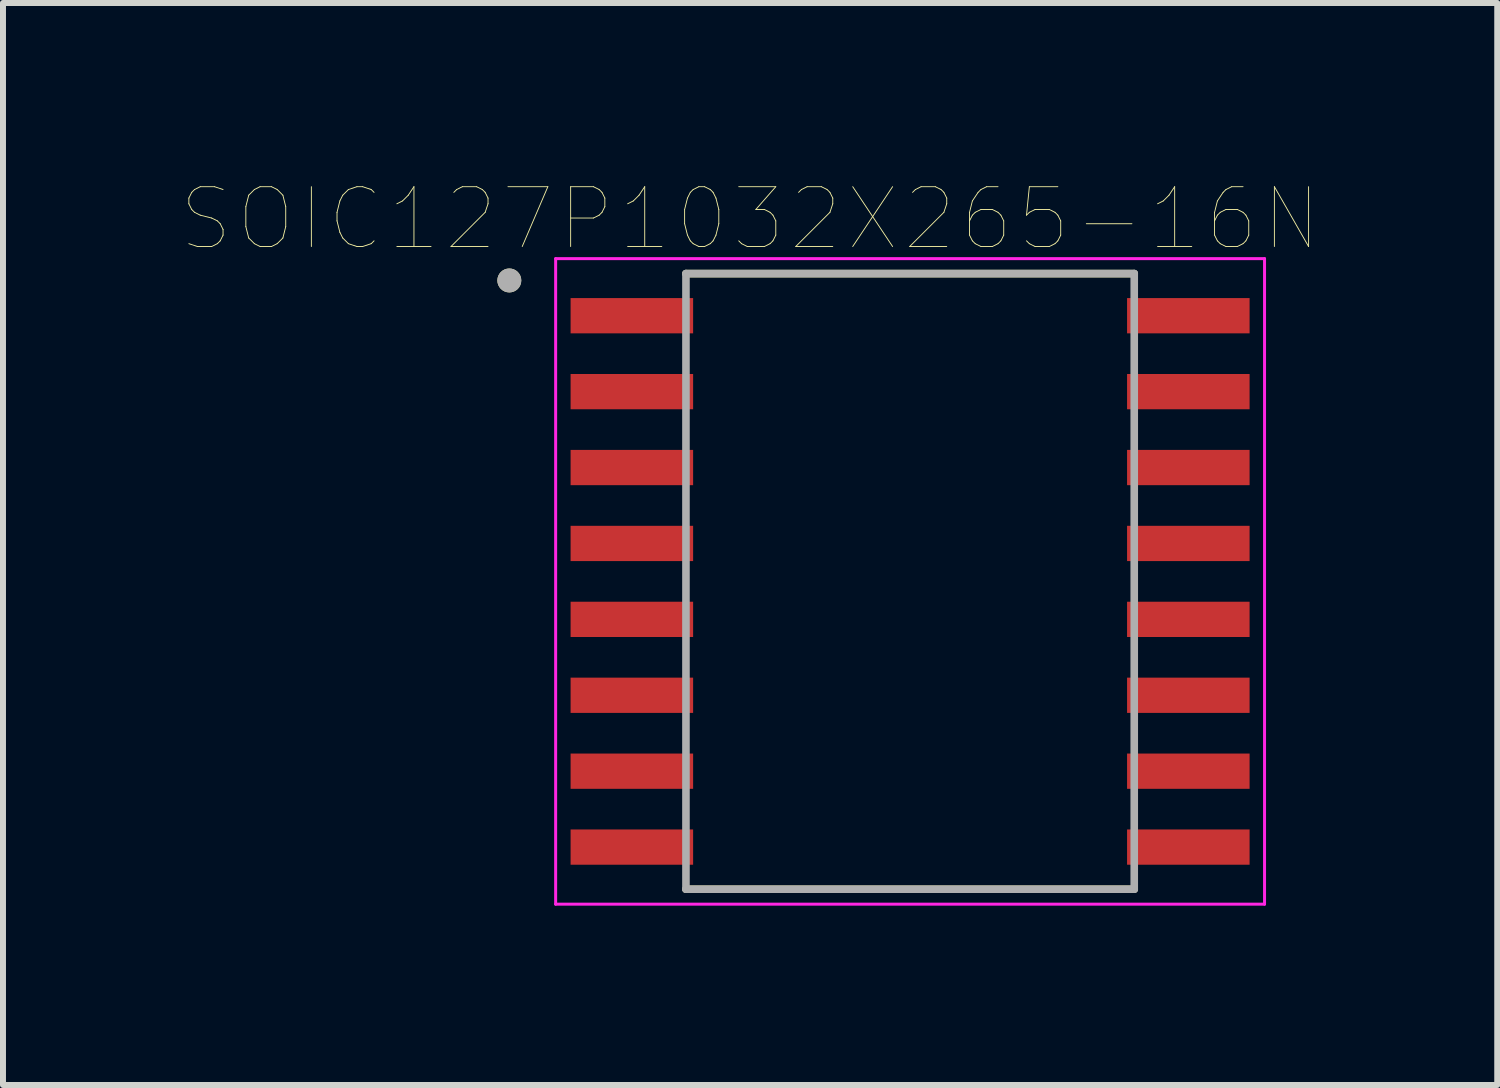
<source format=kicad_pcb>
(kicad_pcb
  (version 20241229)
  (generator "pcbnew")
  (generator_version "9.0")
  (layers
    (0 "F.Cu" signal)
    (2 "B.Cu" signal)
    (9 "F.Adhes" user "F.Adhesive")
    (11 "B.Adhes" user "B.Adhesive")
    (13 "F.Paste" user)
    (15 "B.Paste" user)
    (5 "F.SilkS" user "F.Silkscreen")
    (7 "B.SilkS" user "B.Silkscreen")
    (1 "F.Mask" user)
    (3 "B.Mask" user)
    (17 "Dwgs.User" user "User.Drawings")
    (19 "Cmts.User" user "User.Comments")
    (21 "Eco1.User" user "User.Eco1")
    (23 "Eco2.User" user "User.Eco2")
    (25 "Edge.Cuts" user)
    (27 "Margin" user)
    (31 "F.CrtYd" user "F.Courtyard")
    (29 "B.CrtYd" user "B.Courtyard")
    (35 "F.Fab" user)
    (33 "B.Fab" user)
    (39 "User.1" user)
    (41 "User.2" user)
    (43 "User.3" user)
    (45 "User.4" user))
  (footprint "SOIC127P1032X265-16N"
    (layer "F.Cu")
    (at 12.176 6.677)
    (property "Reference" "SOIC127P1032X265-16N" (at -2.676 -6.065 0) (layer "F.SilkS") (effects (font (size 1.001 1.001) (thickness 0.015))))
    (attr through_hole)
    (fp_line (start -3.75 -5.15) (end 3.75 -5.15) (stroke (width 0.127) (type solid)) (layer "F.SilkS"))
    (fp_line (start -3.75 5.15) (end 3.75 5.15) (stroke (width 0.127) (type solid)) (layer "F.SilkS"))
    (fp_circle (center -6.705 -5.035) (end -6.505 -5.035) (stroke (width 0) (type solid)) (fill yes) (layer "F.SilkS"))
    (fp_line (start -5.93 -5.4) (end -5.93 5.4) (stroke (width 0.05) (type solid)) (layer "F.CrtYd"))
    (fp_line (start -5.93 -5.4) (end 5.93 -5.4) (stroke (width 0.05) (type solid)) (layer "F.CrtYd"))
    (fp_line (start -5.93 5.4) (end 5.93 5.4) (stroke (width 0.05) (type solid)) (layer "F.CrtYd"))
    (fp_line (start 5.93 -5.4) (end 5.93 5.4) (stroke (width 0.05) (type solid)) (layer "F.CrtYd"))
    (fp_line (start -3.75 -5.15) (end -3.75 5.15) (stroke (width 0.127) (type solid)) (layer "F.Fab"))
    (fp_line (start -3.75 -5.15) (end 3.75 -5.15) (stroke (width 0.127) (type solid)) (layer "F.Fab"))
    (fp_line (start -3.75 5.15) (end 3.75 5.15) (stroke (width 0.127) (type solid)) (layer "F.Fab"))
    (fp_line (start 3.75 -5.15) (end 3.75 5.15) (stroke (width 0.127) (type solid)) (layer "F.Fab"))
    (fp_circle (center -6.705 -5.035) (end -6.505 -5.035) (stroke (width 0) (type solid)) (fill yes) (layer "F.Fab"))
    (pad "1" smd rect (at -4.655 -4.445) (size 2.05 0.59) (layers "F.Cu" "F.Mask" "F.Paste"))
    (pad "2" smd rect (at -4.655 -3.175) (size 2.05 0.59) (layers "F.Cu" "F.Mask" "F.Paste"))
    (pad "3" smd rect (at -4.655 -1.905) (size 2.05 0.59) (layers "F.Cu" "F.Mask" "F.Paste"))
    (pad "4" smd rect (at -4.655 -0.635) (size 2.05 0.59) (layers "F.Cu" "F.Mask" "F.Paste"))
    (pad "5" smd rect (at -4.655 0.635) (size 2.05 0.59) (layers "F.Cu" "F.Mask" "F.Paste"))
    (pad "6" smd rect (at -4.655 1.905) (size 2.05 0.59) (layers "F.Cu" "F.Mask" "F.Paste"))
    (pad "7" smd rect (at -4.655 3.175) (size 2.05 0.59) (layers "F.Cu" "F.Mask" "F.Paste"))
    (pad "8" smd rect (at -4.655 4.445) (size 2.05 0.59) (layers "F.Cu" "F.Mask" "F.Paste"))
    (pad "9" smd rect (at 4.655 4.445) (size 2.05 0.59) (layers "F.Cu" "F.Mask" "F.Paste"))
    (pad "10" smd rect (at 4.655 3.175) (size 2.05 0.59) (layers "F.Cu" "F.Mask" "F.Paste"))
    (pad "11" smd rect (at 4.655 1.905) (size 2.05 0.59) (layers "F.Cu" "F.Mask" "F.Paste"))
    (pad "12" smd rect (at 4.655 0.635) (size 2.05 0.59) (layers "F.Cu" "F.Mask" "F.Paste"))
    (pad "13" smd rect (at 4.655 -0.635) (size 2.05 0.59) (layers "F.Cu" "F.Mask" "F.Paste"))
    (pad "14" smd rect (at 4.655 -1.905) (size 2.05 0.59) (layers "F.Cu" "F.Mask" "F.Paste"))
    (pad "15" smd rect (at 4.655 -3.175) (size 2.05 0.59) (layers "F.Cu" "F.Mask" "F.Paste"))
    (pad "16" smd rect (at 4.655 -4.445) (size 2.05 0.59) (layers "F.Cu" "F.Mask" "F.Paste")))
  (gr_rect
    (start -3 -3)
    (end 21.999 15.102)
    (stroke (width 0.1) (type default))
    (fill no)
    (layer "Edge.Cuts")))
</source>
